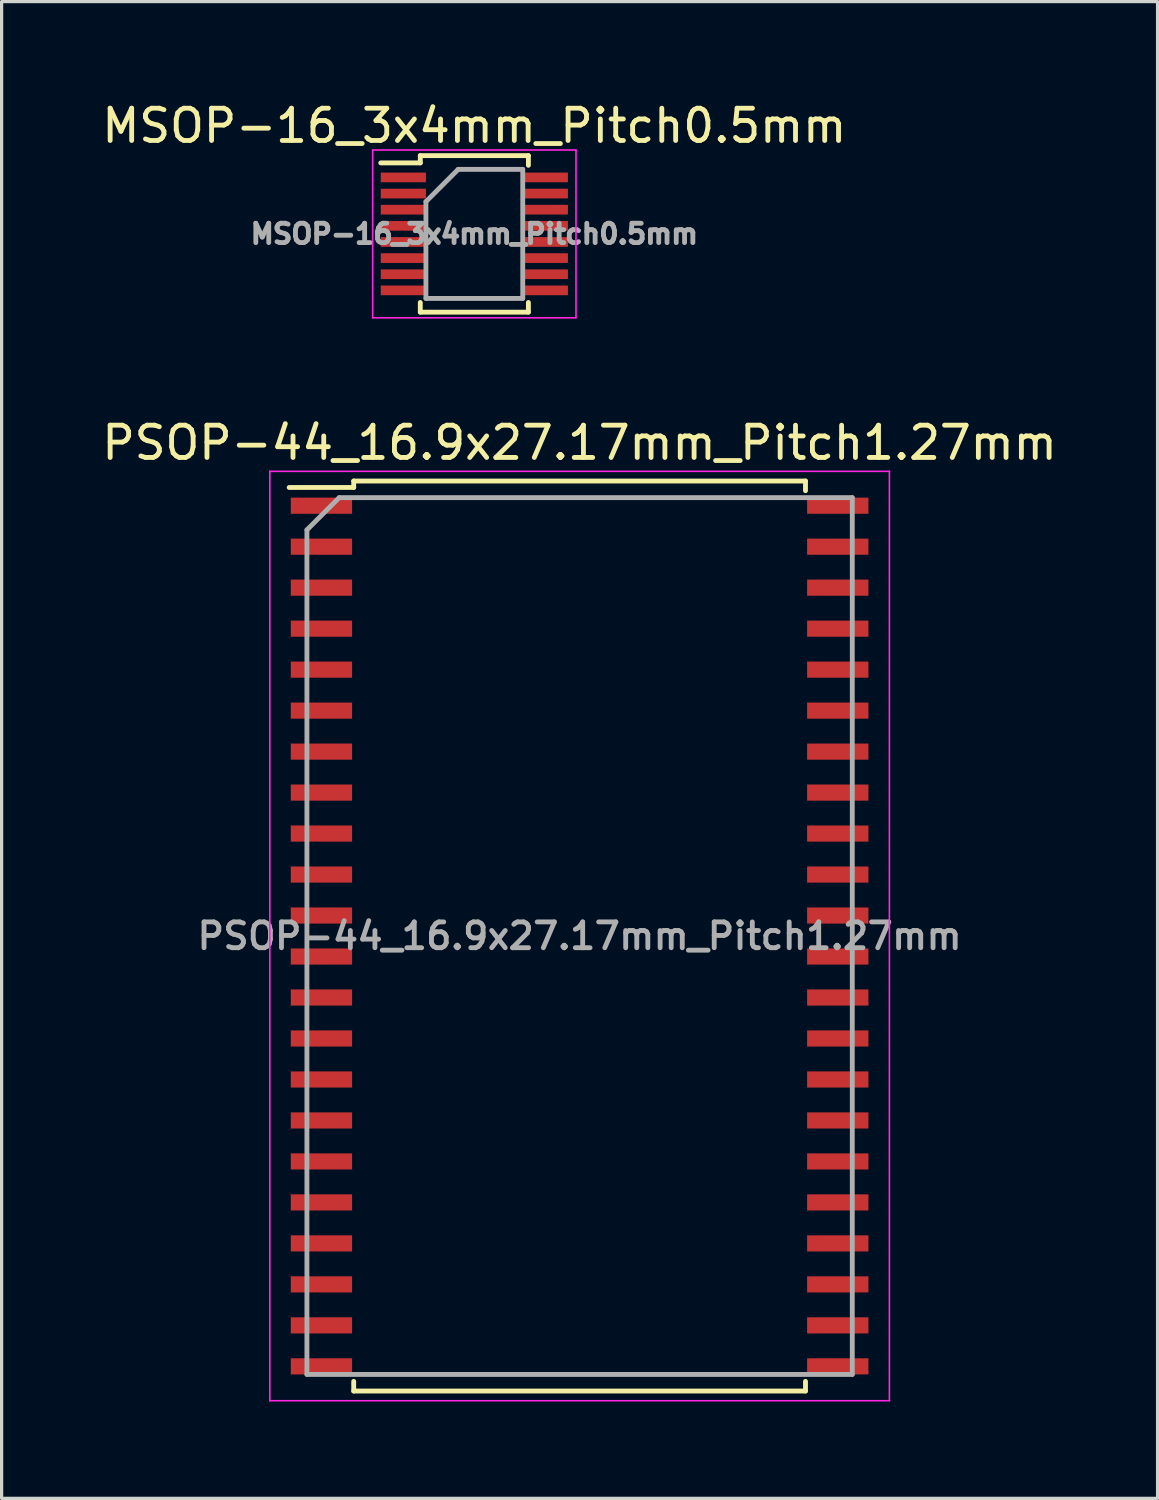
<source format=kicad_pcb>
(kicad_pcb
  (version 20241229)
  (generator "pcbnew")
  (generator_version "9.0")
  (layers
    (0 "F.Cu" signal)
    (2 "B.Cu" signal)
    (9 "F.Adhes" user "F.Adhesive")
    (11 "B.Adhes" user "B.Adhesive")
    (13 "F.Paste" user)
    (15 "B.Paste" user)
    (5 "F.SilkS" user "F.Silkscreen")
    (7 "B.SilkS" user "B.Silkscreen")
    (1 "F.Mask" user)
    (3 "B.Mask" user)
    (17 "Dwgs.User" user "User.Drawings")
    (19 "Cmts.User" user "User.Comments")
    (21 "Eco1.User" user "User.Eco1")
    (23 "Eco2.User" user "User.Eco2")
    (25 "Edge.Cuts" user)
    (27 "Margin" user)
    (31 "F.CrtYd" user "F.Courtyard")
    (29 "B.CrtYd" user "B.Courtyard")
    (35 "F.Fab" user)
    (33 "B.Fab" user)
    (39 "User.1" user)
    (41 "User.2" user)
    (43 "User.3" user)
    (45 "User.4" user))
  (footprint "PSOP-44_16.9x27.17mm_Pitch1.27mm"
    (layer "F.Cu")
    (at 14.911 25.956)
    (property "Reference" "PSOP-44_16.9x27.17mm_Pitch1.27mm" (at 0 -15.285 0) (layer "F.SilkS") (effects (font (size 1 1) (thickness 0.15))))
    (attr smd)
    (fp_line (start -7 -14.1) (end -7 -13.9) (stroke (width 0.15) (type solid)) (layer "F.SilkS"))
    (fp_line (start -7 -14.1) (end 7 -14.1) (stroke (width 0.15) (type solid)) (layer "F.SilkS"))
    (fp_line (start -7 -13.9) (end -9 -13.9) (stroke (width 0.15) (type solid)) (layer "F.SilkS"))
    (fp_line (start -7 13.8) (end -7 14.1) (stroke (width 0.15) (type solid)) (layer "F.SilkS"))
    (fp_line (start -7 14.1) (end 7 14.1) (stroke (width 0.15) (type solid)) (layer "F.SilkS"))
    (fp_line (start 7 -14.1) (end 7 -13.8) (stroke (width 0.15) (type solid)) (layer "F.SilkS"))
    (fp_line (start 7 13.8) (end 7 14.1) (stroke (width 0.15) (type solid)) (layer "F.SilkS"))
    (fp_line (start -9.6 -14.4) (end -9.6 14.4) (stroke (width 0.05) (type solid)) (layer "F.CrtYd"))
    (fp_line (start -9.6 -14.4) (end 9.6 -14.4) (stroke (width 0.05) (type solid)) (layer "F.CrtYd"))
    (fp_line (start -9.6 14.4) (end 9.6 14.4) (stroke (width 0.05) (type solid)) (layer "F.CrtYd"))
    (fp_line (start 9.6 -14.4) (end 9.6 14.4) (stroke (width 0.05) (type solid)) (layer "F.CrtYd"))
    (fp_line (start -8.45 -12.585) (end -7.45 -13.585) (stroke (width 0.15) (type solid)) (layer "F.Fab"))
    (fp_line (start -8.45 13.585) (end -8.45 -12.585) (stroke (width 0.15) (type solid)) (layer "F.Fab"))
    (fp_line (start -7.45 -13.585) (end 8.45 -13.585) (stroke (width 0.15) (type solid)) (layer "F.Fab"))
    (fp_line (start 8.45 -13.585) (end 8.45 13.585) (stroke (width 0.15) (type solid)) (layer "F.Fab"))
    (fp_line (start 8.45 13.585) (end -8.45 13.585) (stroke (width 0.15) (type solid)) (layer "F.Fab"))
    (fp_text user "${REFERENCE}" (at 0 0 0) (layer "F.Fab") (effects (font (size 0.8 0.8) (thickness 0.15))))
    (pad "1" smd rect (at -8 -13.335 270) (size 0.5 1.9) (layers "F.Cu" "F.Mask" "F.Paste"))
    (pad "2" smd rect (at -8 -12.065 270) (size 0.5 1.9) (layers "F.Cu" "F.Mask" "F.Paste"))
    (pad "3" smd rect (at -8 -10.795 270) (size 0.5 1.9) (layers "F.Cu" "F.Mask" "F.Paste"))
    (pad "4" smd rect (at -8 -9.525 270) (size 0.5 1.9) (layers "F.Cu" "F.Mask" "F.Paste"))
    (pad "5" smd rect (at -8 -8.255 270) (size 0.5 1.9) (layers "F.Cu" "F.Mask" "F.Paste"))
    (pad "6" smd rect (at -8 -6.985 270) (size 0.5 1.9) (layers "F.Cu" "F.Mask" "F.Paste"))
    (pad "7" smd rect (at -8 -5.715 270) (size 0.5 1.9) (layers "F.Cu" "F.Mask" "F.Paste"))
    (pad "8" smd rect (at -8 -4.445 270) (size 0.5 1.9) (layers "F.Cu" "F.Mask" "F.Paste"))
    (pad "9" smd rect (at -8 -3.175 270) (size 0.5 1.9) (layers "F.Cu" "F.Mask" "F.Paste"))
    (pad "10" smd rect (at -8 -1.905 270) (size 0.5 1.9) (layers "F.Cu" "F.Mask" "F.Paste"))
    (pad "11" smd rect (at -8 -0.635 270) (size 0.5 1.9) (layers "F.Cu" "F.Mask" "F.Paste"))
    (pad "12" smd rect (at -8 0.635 270) (size 0.5 1.9) (layers "F.Cu" "F.Mask" "F.Paste"))
    (pad "13" smd rect (at -8 1.905 270) (size 0.5 1.9) (layers "F.Cu" "F.Mask" "F.Paste"))
    (pad "14" smd rect (at -8 3.175 270) (size 0.5 1.9) (layers "F.Cu" "F.Mask" "F.Paste"))
    (pad "15" smd rect (at -8 4.445 270) (size 0.5 1.9) (layers "F.Cu" "F.Mask" "F.Paste"))
    (pad "16" smd rect (at -8 5.715 270) (size 0.5 1.9) (layers "F.Cu" "F.Mask" "F.Paste"))
    (pad "17" smd rect (at -8 6.985 270) (size 0.5 1.9) (layers "F.Cu" "F.Mask" "F.Paste"))
    (pad "18" smd rect (at -8 8.255 270) (size 0.5 1.9) (layers "F.Cu" "F.Mask" "F.Paste"))
    (pad "19" smd rect (at -8 9.525 270) (size 0.5 1.9) (layers "F.Cu" "F.Mask" "F.Paste"))
    (pad "20" smd rect (at -8 10.795 270) (size 0.5 1.9) (layers "F.Cu" "F.Mask" "F.Paste"))
    (pad "21" smd rect (at -8 12.065 270) (size 0.5 1.9) (layers "F.Cu" "F.Mask" "F.Paste"))
    (pad "22" smd rect (at -8 13.335 270) (size 0.5 1.9) (layers "F.Cu" "F.Mask" "F.Paste"))
    (pad "23" smd rect (at 8 13.335 270) (size 0.5 1.9) (layers "F.Cu" "F.Mask" "F.Paste"))
    (pad "24" smd rect (at 8 12.065 270) (size 0.5 1.9) (layers "F.Cu" "F.Mask" "F.Paste"))
    (pad "25" smd rect (at 8 10.795 270) (size 0.5 1.9) (layers "F.Cu" "F.Mask" "F.Paste"))
    (pad "26" smd rect (at 8 9.525 270) (size 0.5 1.9) (layers "F.Cu" "F.Mask" "F.Paste"))
    (pad "27" smd rect (at 8 8.255 270) (size 0.5 1.9) (layers "F.Cu" "F.Mask" "F.Paste"))
    (pad "28" smd rect (at 8 6.985 270) (size 0.5 1.9) (layers "F.Cu" "F.Mask" "F.Paste"))
    (pad "29" smd rect (at 8 5.715 270) (size 0.5 1.9) (layers "F.Cu" "F.Mask" "F.Paste"))
    (pad "30" smd rect (at 8 4.445 270) (size 0.5 1.9) (layers "F.Cu" "F.Mask" "F.Paste"))
    (pad "31" smd rect (at 8 3.175 270) (size 0.5 1.9) (layers "F.Cu" "F.Mask" "F.Paste"))
    (pad "32" smd rect (at 8 1.905 270) (size 0.5 1.9) (layers "F.Cu" "F.Mask" "F.Paste"))
    (pad "33" smd rect (at 8 0.635 270) (size 0.5 1.9) (layers "F.Cu" "F.Mask" "F.Paste"))
    (pad "34" smd rect (at 8 -0.635 270) (size 0.5 1.9) (layers "F.Cu" "F.Mask" "F.Paste"))
    (pad "35" smd rect (at 8 -1.905 270) (size 0.5 1.9) (layers "F.Cu" "F.Mask" "F.Paste"))
    (pad "36" smd rect (at 8 -3.175 270) (size 0.5 1.9) (layers "F.Cu" "F.Mask" "F.Paste"))
    (pad "37" smd rect (at 8 -4.445 270) (size 0.5 1.9) (layers "F.Cu" "F.Mask" "F.Paste"))
    (pad "38" smd rect (at 8 -5.715 270) (size 0.5 1.9) (layers "F.Cu" "F.Mask" "F.Paste"))
    (pad "39" smd rect (at 8 -6.985 270) (size 0.5 1.9) (layers "F.Cu" "F.Mask" "F.Paste"))
    (pad "40" smd rect (at 8 -8.255 270) (size 0.5 1.9) (layers "F.Cu" "F.Mask" "F.Paste"))
    (pad "41" smd rect (at 8 -9.525 270) (size 0.5 1.9) (layers "F.Cu" "F.Mask" "F.Paste"))
    (pad "42" smd rect (at 8 -10.795 270) (size 0.5 1.9) (layers "F.Cu" "F.Mask" "F.Paste"))
    (pad "43" smd rect (at 8 -12.065 270) (size 0.5 1.9) (layers "F.Cu" "F.Mask" "F.Paste"))
    (pad "44" smd rect (at 8 -13.335 270) (size 0.5 1.9) (layers "F.Cu" "F.Mask" "F.Paste")))
  (footprint "MSOP-16_3x4mm_Pitch0.5mm"
    (layer "F.Cu")
    (at 11.649 4.198)
    (property "Reference" "MSOP-16_3x4mm_Pitch0.5mm" (at 0 -3.35 0) (layer "F.SilkS") (effects (font (size 1 1) (thickness 0.15))))
    (attr smd)
    (fp_line (start -1.675 -2.425) (end -1.675 -2.2) (stroke (width 0.15) (type solid)) (layer "F.SilkS"))
    (fp_line (start -1.675 -2.425) (end 1.675 -2.425) (stroke (width 0.15) (type solid)) (layer "F.SilkS"))
    (fp_line (start -1.675 -2.2) (end -2.9 -2.2) (stroke (width 0.15) (type solid)) (layer "F.SilkS"))
    (fp_line (start -1.675 2.425) (end -1.675 2.125) (stroke (width 0.15) (type solid)) (layer "F.SilkS"))
    (fp_line (start -1.675 2.425) (end 1.675 2.425) (stroke (width 0.15) (type solid)) (layer "F.SilkS"))
    (fp_line (start 1.675 -2.425) (end 1.675 -2.125) (stroke (width 0.15) (type solid)) (layer "F.SilkS"))
    (fp_line (start 1.675 2.425) (end 1.675 2.125) (stroke (width 0.15) (type solid)) (layer "F.SilkS"))
    (fp_line (start -3.15 -2.6) (end -3.15 2.6) (stroke (width 0.05) (type solid)) (layer "F.CrtYd"))
    (fp_line (start -3.15 -2.6) (end 3.15 -2.6) (stroke (width 0.05) (type solid)) (layer "F.CrtYd"))
    (fp_line (start -3.15 2.6) (end 3.15 2.6) (stroke (width 0.05) (type solid)) (layer "F.CrtYd"))
    (fp_line (start 3.15 -2.6) (end 3.15 2.6) (stroke (width 0.05) (type solid)) (layer "F.CrtYd"))
    (fp_line (start -1.5 -1) (end -0.5 -2) (stroke (width 0.15) (type solid)) (layer "F.Fab"))
    (fp_line (start -1.5 2) (end -1.5 -1) (stroke (width 0.15) (type solid)) (layer "F.Fab"))
    (fp_line (start -0.5 -2) (end 1.5 -2) (stroke (width 0.15) (type solid)) (layer "F.Fab"))
    (fp_line (start 1.5 -2) (end 1.5 2) (stroke (width 0.15) (type solid)) (layer "F.Fab"))
    (fp_line (start 1.5 2) (end -1.5 2) (stroke (width 0.15) (type solid)) (layer "F.Fab"))
    (fp_text user "${REFERENCE}" (at 0 0 0) (layer "F.Fab") (effects (font (size 0.6 0.6) (thickness 0.15))))
    (pad "1" smd rect (at -2.2 -1.75) (size 1.4 0.3) (layers "F.Cu" "F.Mask" "F.Paste"))
    (pad "2" smd rect (at -2.2 -1.25) (size 1.4 0.3) (layers "F.Cu" "F.Mask" "F.Paste"))
    (pad "3" smd rect (at -2.2 -0.75) (size 1.4 0.3) (layers "F.Cu" "F.Mask" "F.Paste"))
    (pad "4" smd rect (at -2.2 -0.25) (size 1.4 0.3) (layers "F.Cu" "F.Mask" "F.Paste"))
    (pad "5" smd rect (at -2.2 0.25) (size 1.4 0.3) (layers "F.Cu" "F.Mask" "F.Paste"))
    (pad "6" smd rect (at -2.2 0.75) (size 1.4 0.3) (layers "F.Cu" "F.Mask" "F.Paste"))
    (pad "7" smd rect (at -2.2 1.25) (size 1.4 0.3) (layers "F.Cu" "F.Mask" "F.Paste"))
    (pad "8" smd rect (at -2.2 1.75) (size 1.4 0.3) (layers "F.Cu" "F.Mask" "F.Paste"))
    (pad "9" smd rect (at 2.2 1.75) (size 1.4 0.3) (layers "F.Cu" "F.Mask" "F.Paste"))
    (pad "10" smd rect (at 2.2 1.25) (size 1.4 0.3) (layers "F.Cu" "F.Mask" "F.Paste"))
    (pad "11" smd rect (at 2.2 0.75) (size 1.4 0.3) (layers "F.Cu" "F.Mask" "F.Paste"))
    (pad "12" smd rect (at 2.2 0.25) (size 1.4 0.3) (layers "F.Cu" "F.Mask" "F.Paste"))
    (pad "13" smd rect (at 2.2 -0.25) (size 1.4 0.3) (layers "F.Cu" "F.Mask" "F.Paste"))
    (pad "14" smd rect (at 2.2 -0.75) (size 1.4 0.3) (layers "F.Cu" "F.Mask" "F.Paste"))
    (pad "15" smd rect (at 2.2 -1.25) (size 1.4 0.3) (layers "F.Cu" "F.Mask" "F.Paste"))
    (pad "16" smd rect (at 2.2 -1.75) (size 1.4 0.3) (layers "F.Cu" "F.Mask" "F.Paste")))
  (gr_rect
    (start -3 -3)
    (end 32.821 43.382)
    (stroke (width 0.1) (type default))
    (fill no)
    (layer "Edge.Cuts")))
</source>
